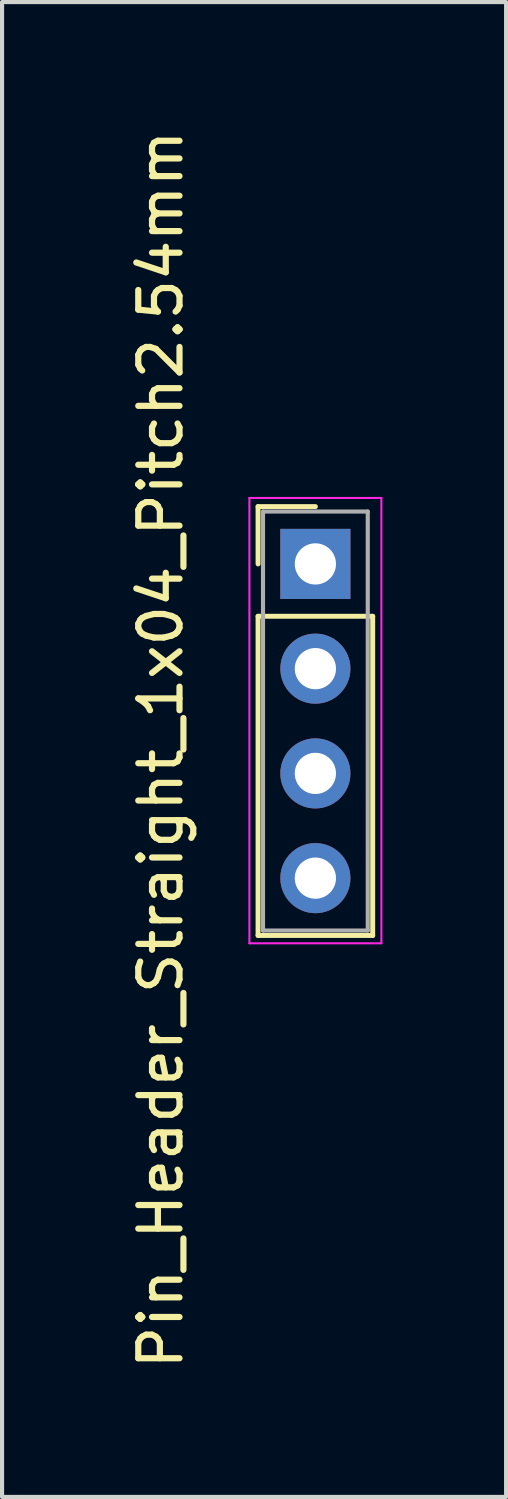
<source format=kicad_pcb>
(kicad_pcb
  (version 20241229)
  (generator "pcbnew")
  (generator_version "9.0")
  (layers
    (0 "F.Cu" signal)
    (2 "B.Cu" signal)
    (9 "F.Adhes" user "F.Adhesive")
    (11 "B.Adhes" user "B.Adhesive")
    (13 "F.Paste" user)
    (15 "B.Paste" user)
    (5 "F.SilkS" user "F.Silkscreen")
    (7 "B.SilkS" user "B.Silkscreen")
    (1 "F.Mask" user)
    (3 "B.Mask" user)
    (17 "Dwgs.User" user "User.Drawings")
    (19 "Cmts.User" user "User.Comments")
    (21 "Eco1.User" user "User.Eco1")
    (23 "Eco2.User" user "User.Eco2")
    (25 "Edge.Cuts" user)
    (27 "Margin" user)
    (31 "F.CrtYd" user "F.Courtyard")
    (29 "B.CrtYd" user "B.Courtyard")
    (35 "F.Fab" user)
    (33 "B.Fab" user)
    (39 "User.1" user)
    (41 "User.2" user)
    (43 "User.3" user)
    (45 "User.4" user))
  (footprint "Pin_Header_Straight_1x04_Pitch2.54mm"
    (layer "F.Cu")
    (at 4.598 10.625)
    (property "Reference" "Pin_Header_Straight_1x04_Pitch2.54mm" (at -3.75 4.5 90) (layer "F.SilkS") (effects (font (size 1 1) (thickness 0.15))))
    (attr through_hole)
    (fp_line (start -1.39 -1.39) (end 0 -1.39) (stroke (width 0.12) (type solid)) (layer "F.SilkS"))
    (fp_line (start -1.39 0) (end -1.39 -1.39) (stroke (width 0.12) (type solid)) (layer "F.SilkS"))
    (fp_line (start -1.39 1.27) (end -1.39 9.01) (stroke (width 0.12) (type solid)) (layer "F.SilkS"))
    (fp_line (start -1.39 9.01) (end 1.39 9.01) (stroke (width 0.12) (type solid)) (layer "F.SilkS"))
    (fp_line (start 1.39 1.27) (end -1.39 1.27) (stroke (width 0.12) (type solid)) (layer "F.SilkS"))
    (fp_line (start 1.39 9.01) (end 1.39 1.27) (stroke (width 0.12) (type solid)) (layer "F.SilkS"))
    (fp_line (start -1.6 -1.6) (end -1.6 9.2) (stroke (width 0.05) (type solid)) (layer "F.CrtYd"))
    (fp_line (start -1.6 9.2) (end 1.6 9.2) (stroke (width 0.05) (type solid)) (layer "F.CrtYd"))
    (fp_line (start 1.6 -1.6) (end -1.6 -1.6) (stroke (width 0.05) (type solid)) (layer "F.CrtYd"))
    (fp_line (start 1.6 9.2) (end 1.6 -1.6) (stroke (width 0.05) (type solid)) (layer "F.CrtYd"))
    (fp_line (start -1.27 -1.27) (end -1.27 8.89) (stroke (width 0.1) (type solid)) (layer "F.Fab"))
    (fp_line (start -1.27 8.89) (end 1.27 8.89) (stroke (width 0.1) (type solid)) (layer "F.Fab"))
    (fp_line (start 1.27 -1.27) (end -1.27 -1.27) (stroke (width 0.1) (type solid)) (layer "F.Fab"))
    (fp_line (start 1.27 8.89) (end 1.27 -1.27) (stroke (width 0.1) (type solid)) (layer "F.Fab"))
    (pad "1" thru_hole rect (at 0 0) (size 1.7 1.7) (drill 1) (layers "*.Cu" "*.Mask"))
    (pad "2" thru_hole oval (at 0 2.54) (size 1.7 1.7) (drill 1) (layers "*.Cu" "*.Mask"))
    (pad "3" thru_hole oval (at 0 5.08) (size 1.7 1.7) (drill 1) (layers "*.Cu" "*.Mask"))
    (pad "4" thru_hole oval (at 0 7.62) (size 1.7 1.7) (drill 1) (layers "*.Cu" "*.Mask")))
  (gr_rect
    (start -3 -3)
    (end 9.223 33.25)
    (stroke (width 0.1) (type default))
    (fill no)
    (layer "Edge.Cuts")))
</source>
